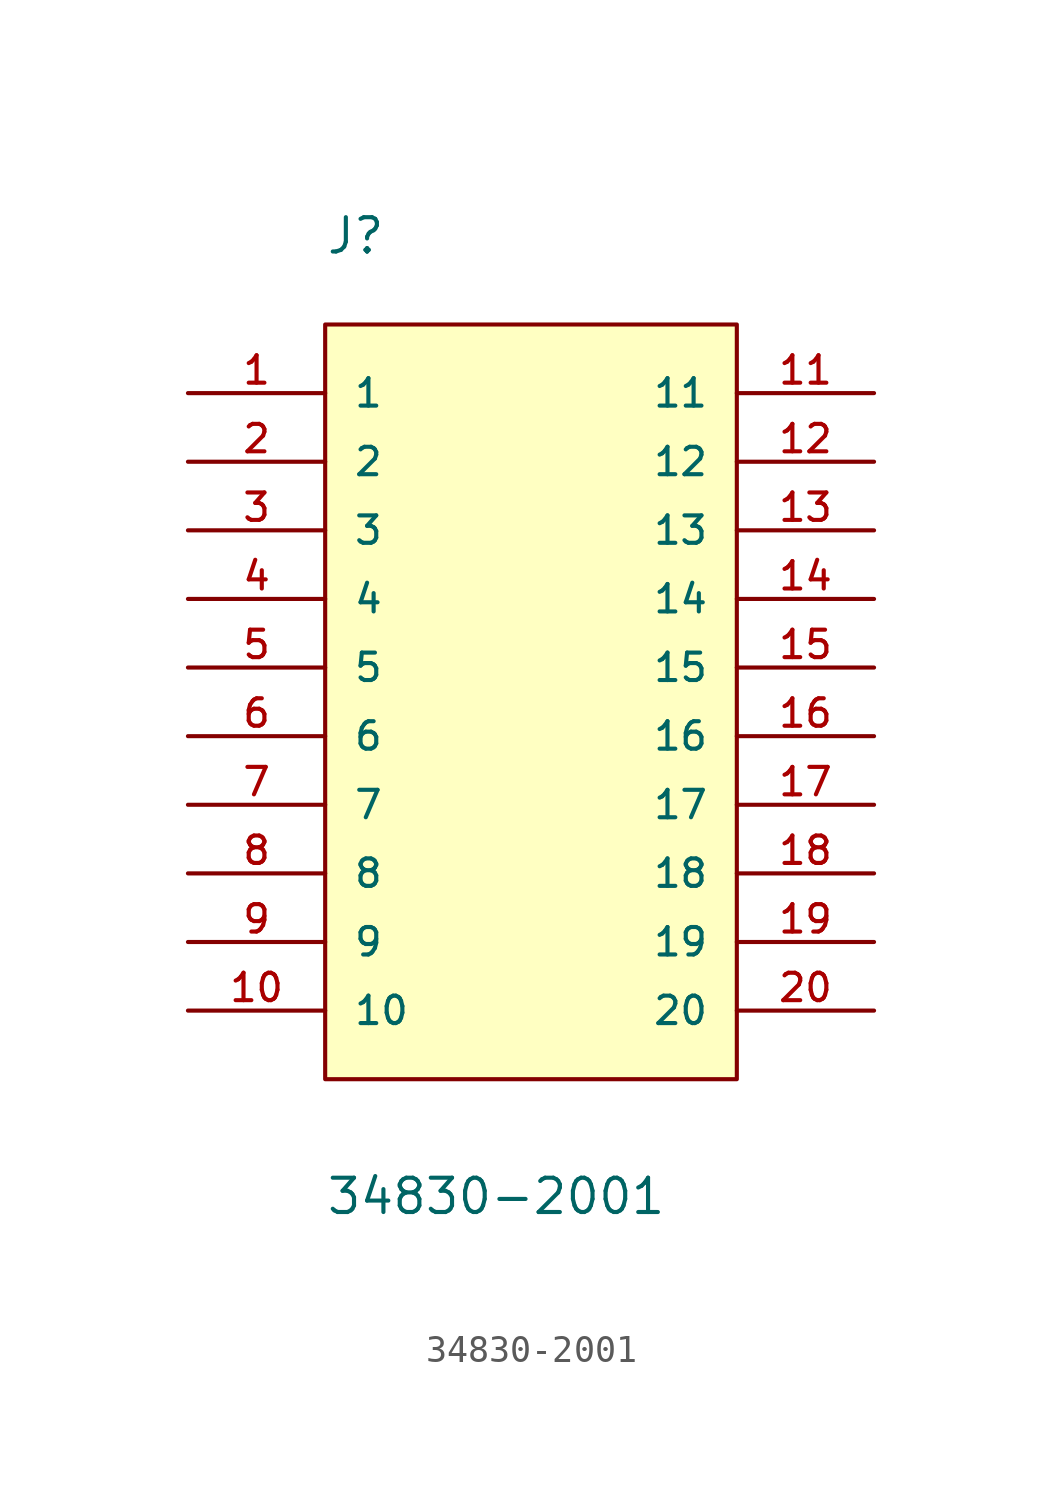
<source format=kicad_sym>
(kicad_symbol_lib
  (version 20211014)
  (generator kicad_symbol_editor)
  (symbol "34830-2001"
    (pin_names
      (offset 1.016))
    (property "Reference" "J"
      (at -7.62 15.24 0)
      (effects (font (size 1.27 1.27)) (justify left bottom)))
    (property "Value" "34830-2001"
      (at -7.62 -20.32 0)
      (effects (font (size 1.27 1.27)) (justify left bottom)))
    (property "ki_locked" ""
      (at 0 0 0)
      (effects (font (size 1.27 1.27))))
    (symbol "34830-2001_0_0"
      (rectangle (start -7.62 -15.24) (end 7.62 12.7) (stroke (width 0.152) (type default) (color 0 0 0 0)) (fill (type background)))
      (pin passive line (at -12.7 10.16 0) (length 5.08) (name "1" (effects (font (size 1.016 1.016)))) (number "1" (effects (font (size 1.016 1.016)))))
      (pin passive line (at -12.7 -12.7 0) (length 5.08) (name "10" (effects (font (size 1.016 1.016)))) (number "10" (effects (font (size 1.016 1.016)))))
      (pin passive line (at 12.7 10.16 180) (length 5.08) (name "11" (effects (font (size 1.016 1.016)))) (number "11" (effects (font (size 1.016 1.016)))))
      (pin passive line (at 12.7 7.62 180) (length 5.08) (name "12" (effects (font (size 1.016 1.016)))) (number "12" (effects (font (size 1.016 1.016)))))
      (pin passive line (at 12.7 5.08 180) (length 5.08) (name "13" (effects (font (size 1.016 1.016)))) (number "13" (effects (font (size 1.016 1.016)))))
      (pin passive line (at 12.7 2.54 180) (length 5.08) (name "14" (effects (font (size 1.016 1.016)))) (number "14" (effects (font (size 1.016 1.016)))))
      (pin passive line (at 12.7 0 180) (length 5.08) (name "15" (effects (font (size 1.016 1.016)))) (number "15" (effects (font (size 1.016 1.016)))))
      (pin passive line (at 12.7 -2.54 180) (length 5.08) (name "16" (effects (font (size 1.016 1.016)))) (number "16" (effects (font (size 1.016 1.016)))))
      (pin passive line (at 12.7 -5.08 180) (length 5.08) (name "17" (effects (font (size 1.016 1.016)))) (number "17" (effects (font (size 1.016 1.016)))))
      (pin passive line (at 12.7 -7.62 180) (length 5.08) (name "18" (effects (font (size 1.016 1.016)))) (number "18" (effects (font (size 1.016 1.016)))))
      (pin passive line (at 12.7 -10.16 180) (length 5.08) (name "19" (effects (font (size 1.016 1.016)))) (number "19" (effects (font (size 1.016 1.016)))))
      (pin passive line (at -12.7 7.62 0) (length 5.08) (name "2" (effects (font (size 1.016 1.016)))) (number "2" (effects (font (size 1.016 1.016)))))
      (pin passive line (at 12.7 -12.7 180) (length 5.08) (name "20" (effects (font (size 1.016 1.016)))) (number "20" (effects (font (size 1.016 1.016)))))
      (pin passive line (at -12.7 5.08 0) (length 5.08) (name "3" (effects (font (size 1.016 1.016)))) (number "3" (effects (font (size 1.016 1.016)))))
      (pin passive line (at -12.7 2.54 0) (length 5.08) (name "4" (effects (font (size 1.016 1.016)))) (number "4" (effects (font (size 1.016 1.016)))))
      (pin passive line (at -12.7 0 0) (length 5.08) (name "5" (effects (font (size 1.016 1.016)))) (number "5" (effects (font (size 1.016 1.016)))))
      (pin passive line (at -12.7 -2.54 0) (length 5.08) (name "6" (effects (font (size 1.016 1.016)))) (number "6" (effects (font (size 1.016 1.016)))))
      (pin passive line (at -12.7 -5.08 0) (length 5.08) (name "7" (effects (font (size 1.016 1.016)))) (number "7" (effects (font (size 1.016 1.016)))))
      (pin passive line (at -12.7 -7.62 0) (length 5.08) (name "8" (effects (font (size 1.016 1.016)))) (number "8" (effects (font (size 1.016 1.016)))))
      (pin passive line (at -12.7 -10.16 0) (length 5.08) (name "9" (effects (font (size 1.016 1.016)))) (number "9" (effects (font (size 1.016 1.016))))))))
</source>
